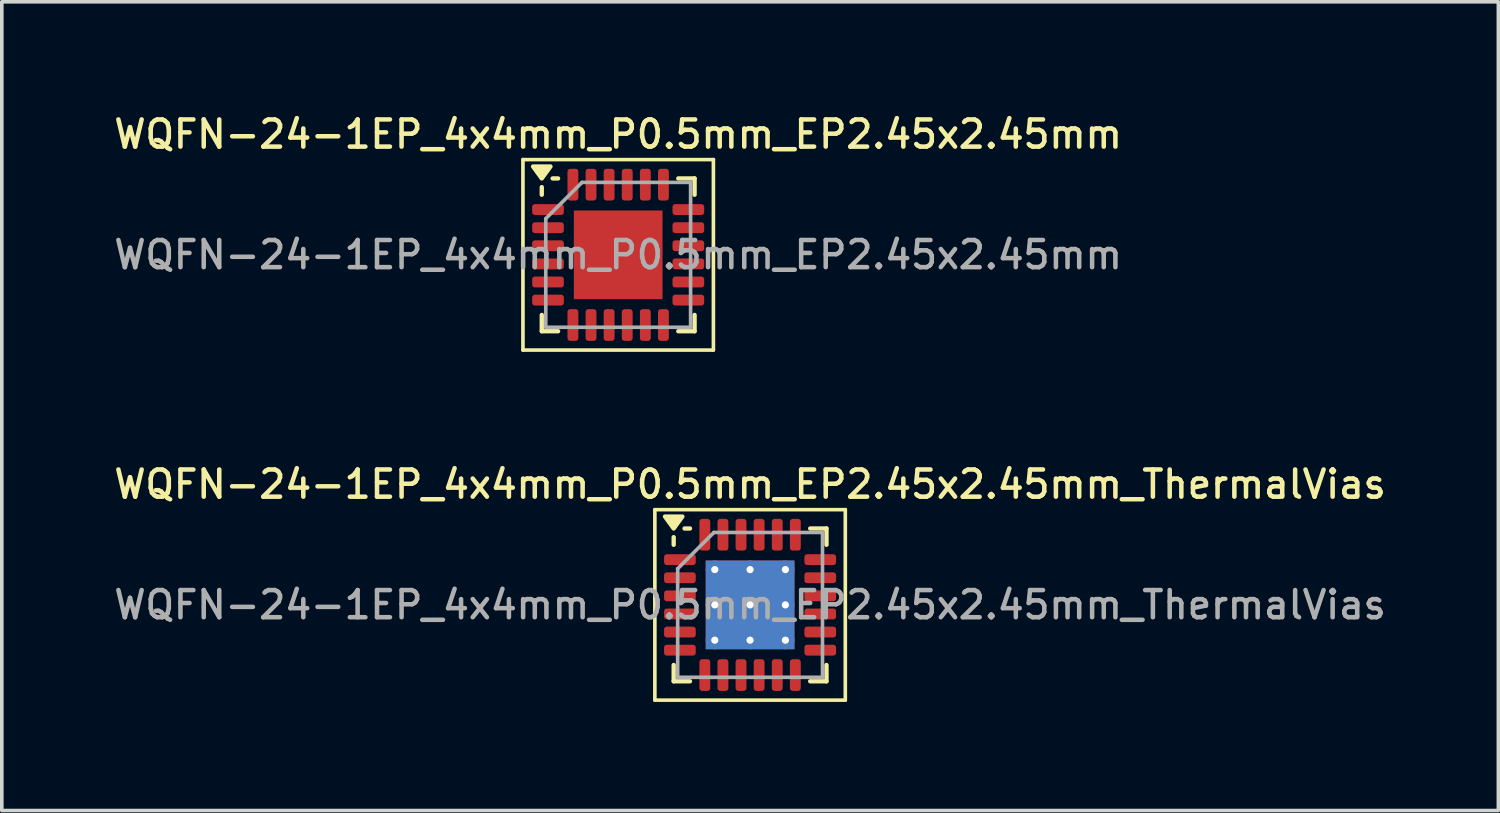
<source format=kicad_pcb>
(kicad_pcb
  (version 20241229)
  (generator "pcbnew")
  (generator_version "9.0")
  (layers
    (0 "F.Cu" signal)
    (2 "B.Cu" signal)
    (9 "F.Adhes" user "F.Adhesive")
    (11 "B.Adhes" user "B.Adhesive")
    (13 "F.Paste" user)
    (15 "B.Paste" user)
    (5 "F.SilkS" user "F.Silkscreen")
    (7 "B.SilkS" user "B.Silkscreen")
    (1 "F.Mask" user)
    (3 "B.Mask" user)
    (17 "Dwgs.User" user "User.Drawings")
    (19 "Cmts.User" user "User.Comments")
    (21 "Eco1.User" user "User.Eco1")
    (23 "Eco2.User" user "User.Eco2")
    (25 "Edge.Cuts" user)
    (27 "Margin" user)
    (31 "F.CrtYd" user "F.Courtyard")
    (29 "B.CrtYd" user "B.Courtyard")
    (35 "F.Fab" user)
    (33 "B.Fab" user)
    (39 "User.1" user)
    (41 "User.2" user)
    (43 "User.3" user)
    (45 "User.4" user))
  (footprint "WQFN-24-1EP_4x4mm_P0.5mm_EP2.45x2.45mm"
    (layer "F.Cu")
    (at 14.023 3.988)
    (property "Reference" "WQFN-24-1EP_4x4mm_P0.5mm_EP2.45x2.45mm" (at 0 -3.33 0) (layer "F.SilkS") (effects (font (size 0.75 0.75) (thickness 0.125))))
    (attr smd)
    (fp_line (start -2.63 -2.63) (end -2.63 2.63) (stroke (width 0.1) (type solid)) (layer "F.SilkS"))
    (fp_line (start -2.63 2.63) (end 2.63 2.63) (stroke (width 0.1) (type solid)) (layer "F.SilkS"))
    (fp_line (start -2.11 -1.66) (end -2.11 -1.87) (stroke (width 0.12) (type solid)) (layer "F.SilkS"))
    (fp_line (start -2.11 2.11) (end -2.11 1.66) (stroke (width 0.12) (type solid)) (layer "F.SilkS"))
    (fp_line (start -1.66 -2.11) (end -1.81 -2.11) (stroke (width 0.12) (type solid)) (layer "F.SilkS"))
    (fp_line (start -1.66 2.11) (end -2.11 2.11) (stroke (width 0.12) (type solid)) (layer "F.SilkS"))
    (fp_line (start 1.66 -2.11) (end 2.11 -2.11) (stroke (width 0.12) (type solid)) (layer "F.SilkS"))
    (fp_line (start 1.66 2.11) (end 2.11 2.11) (stroke (width 0.12) (type solid)) (layer "F.SilkS"))
    (fp_line (start 2.11 -2.11) (end 2.11 -1.66) (stroke (width 0.12) (type solid)) (layer "F.SilkS"))
    (fp_line (start 2.11 2.11) (end 2.11 1.66) (stroke (width 0.12) (type solid)) (layer "F.SilkS"))
    (fp_line (start 2.63 -2.63) (end -2.63 -2.63) (stroke (width 0.1) (type solid)) (layer "F.SilkS"))
    (fp_line (start 2.63 2.63) (end 2.63 -2.63) (stroke (width 0.1) (type solid)) (layer "F.SilkS"))
    (fp_poly (pts (xy -2.11 -2.11) (xy -2.35 -2.44) (xy -1.87 -2.44) (xy -2.11 -2.11)) (stroke (width 0.12) (type solid)) (fill yes) (layer "F.SilkS"))
    (fp_line (start -2 -1) (end -1 -2) (stroke (width 0.1) (type solid)) (layer "F.Fab"))
    (fp_line (start -2 2) (end -2 -1) (stroke (width 0.1) (type solid)) (layer "F.Fab"))
    (fp_line (start -1 -2) (end 2 -2) (stroke (width 0.1) (type solid)) (layer "F.Fab"))
    (fp_line (start 2 -2) (end 2 2) (stroke (width 0.1) (type solid)) (layer "F.Fab"))
    (fp_line (start 2 2) (end -2 2) (stroke (width 0.1) (type solid)) (layer "F.Fab"))
    (fp_text user "${REFERENCE}" (at 0 0 0) (layer "F.Fab") (effects (font (size 0.75 0.75) (thickness 0.125))))
    (pad "" smd roundrect (at -0.61 -0.61) (size 0.99 0.99) (layers "F.Paste") (roundrect_rratio 0.25))
    (pad "" smd roundrect (at -0.61 0.61) (size 0.99 0.99) (layers "F.Paste") (roundrect_rratio 0.25))
    (pad "" smd roundrect (at 0.61 -0.61) (size 0.99 0.99) (layers "F.Paste") (roundrect_rratio 0.25))
    (pad "" smd roundrect (at 0.61 0.61) (size 0.99 0.99) (layers "F.Paste") (roundrect_rratio 0.25))
    (pad "1" smd roundrect (at -1.938 -1.25) (size 0.875 0.3) (layers "F.Cu" "F.Mask" "F.Paste") (roundrect_rratio 0.25))
    (pad "2" smd roundrect (at -1.938 -0.75) (size 0.875 0.3) (layers "F.Cu" "F.Mask" "F.Paste") (roundrect_rratio 0.25))
    (pad "3" smd roundrect (at -1.938 -0.25) (size 0.875 0.3) (layers "F.Cu" "F.Mask" "F.Paste") (roundrect_rratio 0.25))
    (pad "4" smd roundrect (at -1.938 0.25) (size 0.875 0.3) (layers "F.Cu" "F.Mask" "F.Paste") (roundrect_rratio 0.25))
    (pad "5" smd roundrect (at -1.938 0.75) (size 0.875 0.3) (layers "F.Cu" "F.Mask" "F.Paste") (roundrect_rratio 0.25))
    (pad "6" smd roundrect (at -1.938 1.25) (size 0.875 0.3) (layers "F.Cu" "F.Mask" "F.Paste") (roundrect_rratio 0.25))
    (pad "7" smd roundrect (at -1.25 1.938) (size 0.3 0.875) (layers "F.Cu" "F.Mask" "F.Paste") (roundrect_rratio 0.25))
    (pad "8" smd roundrect (at -0.75 1.938) (size 0.3 0.875) (layers "F.Cu" "F.Mask" "F.Paste") (roundrect_rratio 0.25))
    (pad "9" smd roundrect (at -0.25 1.938) (size 0.3 0.875) (layers "F.Cu" "F.Mask" "F.Paste") (roundrect_rratio 0.25))
    (pad "10" smd roundrect (at 0.25 1.938) (size 0.3 0.875) (layers "F.Cu" "F.Mask" "F.Paste") (roundrect_rratio 0.25))
    (pad "11" smd roundrect (at 0.75 1.938) (size 0.3 0.875) (layers "F.Cu" "F.Mask" "F.Paste") (roundrect_rratio 0.25))
    (pad "12" smd roundrect (at 1.25 1.938) (size 0.3 0.875) (layers "F.Cu" "F.Mask" "F.Paste") (roundrect_rratio 0.25))
    (pad "13" smd roundrect (at 1.938 1.25) (size 0.875 0.3) (layers "F.Cu" "F.Mask" "F.Paste") (roundrect_rratio 0.25))
    (pad "14" smd roundrect (at 1.938 0.75) (size 0.875 0.3) (layers "F.Cu" "F.Mask" "F.Paste") (roundrect_rratio 0.25))
    (pad "15" smd roundrect (at 1.938 0.25) (size 0.875 0.3) (layers "F.Cu" "F.Mask" "F.Paste") (roundrect_rratio 0.25))
    (pad "16" smd roundrect (at 1.938 -0.25) (size 0.875 0.3) (layers "F.Cu" "F.Mask" "F.Paste") (roundrect_rratio 0.25))
    (pad "17" smd roundrect (at 1.938 -0.75) (size 0.875 0.3) (layers "F.Cu" "F.Mask" "F.Paste") (roundrect_rratio 0.25))
    (pad "18" smd roundrect (at 1.938 -1.25) (size 0.875 0.3) (layers "F.Cu" "F.Mask" "F.Paste") (roundrect_rratio 0.25))
    (pad "19" smd roundrect (at 1.25 -1.938) (size 0.3 0.875) (layers "F.Cu" "F.Mask" "F.Paste") (roundrect_rratio 0.25))
    (pad "20" smd roundrect (at 0.75 -1.938) (size 0.3 0.875) (layers "F.Cu" "F.Mask" "F.Paste") (roundrect_rratio 0.25))
    (pad "21" smd roundrect (at 0.25 -1.938) (size 0.3 0.875) (layers "F.Cu" "F.Mask" "F.Paste") (roundrect_rratio 0.25))
    (pad "22" smd roundrect (at -0.25 -1.938) (size 0.3 0.875) (layers "F.Cu" "F.Mask" "F.Paste") (roundrect_rratio 0.25))
    (pad "23" smd roundrect (at -0.75 -1.938) (size 0.3 0.875) (layers "F.Cu" "F.Mask" "F.Paste") (roundrect_rratio 0.25))
    (pad "24" smd roundrect (at -1.25 -1.938) (size 0.3 0.875) (layers "F.Cu" "F.Mask" "F.Paste") (roundrect_rratio 0.25))
    (pad "25" smd rect (at 0 0) (size 2.45 2.45) (property pad_prop_heatsink) (layers "F.Cu" "F.Mask")))
  (footprint "WQFN-24-1EP_4x4mm_P0.5mm_EP2.45x2.45mm_ThermalVias"
    (layer "F.Cu")
    (at 17.666 13.656)
    (property "Reference" "WQFN-24-1EP_4x4mm_P0.5mm_EP2.45x2.45mm_ThermalVias" (at 0 -3.33 0) (layer "F.SilkS") (effects (font (size 0.75 0.75) (thickness 0.125))))
    (attr smd)
    (fp_line (start -2.63 -2.63) (end -2.63 2.63) (stroke (width 0.1) (type solid)) (layer "F.SilkS"))
    (fp_line (start -2.63 2.63) (end 2.63 2.63) (stroke (width 0.1) (type solid)) (layer "F.SilkS"))
    (fp_line (start -2.11 -1.66) (end -2.11 -1.87) (stroke (width 0.12) (type solid)) (layer "F.SilkS"))
    (fp_line (start -2.11 2.11) (end -2.11 1.66) (stroke (width 0.12) (type solid)) (layer "F.SilkS"))
    (fp_line (start -1.66 -2.11) (end -1.81 -2.11) (stroke (width 0.12) (type solid)) (layer "F.SilkS"))
    (fp_line (start -1.66 2.11) (end -2.11 2.11) (stroke (width 0.12) (type solid)) (layer "F.SilkS"))
    (fp_line (start 1.66 -2.11) (end 2.11 -2.11) (stroke (width 0.12) (type solid)) (layer "F.SilkS"))
    (fp_line (start 1.66 2.11) (end 2.11 2.11) (stroke (width 0.12) (type solid)) (layer "F.SilkS"))
    (fp_line (start 2.11 -2.11) (end 2.11 -1.66) (stroke (width 0.12) (type solid)) (layer "F.SilkS"))
    (fp_line (start 2.11 2.11) (end 2.11 1.66) (stroke (width 0.12) (type solid)) (layer "F.SilkS"))
    (fp_line (start 2.63 -2.63) (end -2.63 -2.63) (stroke (width 0.1) (type solid)) (layer "F.SilkS"))
    (fp_line (start 2.63 2.63) (end 2.63 -2.63) (stroke (width 0.1) (type solid)) (layer "F.SilkS"))
    (fp_poly (pts (xy -2.11 -2.11) (xy -2.35 -2.44) (xy -1.87 -2.44) (xy -2.11 -2.11)) (stroke (width 0.12) (type solid)) (fill yes) (layer "F.SilkS"))
    (fp_line (start -2 -1) (end -1 -2) (stroke (width 0.1) (type solid)) (layer "F.Fab"))
    (fp_line (start -2 2) (end -2 -1) (stroke (width 0.1) (type solid)) (layer "F.Fab"))
    (fp_line (start -1 -2) (end 2 -2) (stroke (width 0.1) (type solid)) (layer "F.Fab"))
    (fp_line (start 2 -2) (end 2 2) (stroke (width 0.1) (type solid)) (layer "F.Fab"))
    (fp_line (start 2 2) (end -2 2) (stroke (width 0.1) (type solid)) (layer "F.Fab"))
    (fp_text user "${REFERENCE}" (at 0 0 0) (layer "F.Fab") (effects (font (size 0.75 0.75) (thickness 0.125))))
    (pad "" smd roundrect (at -0.61 -0.61) (size 1.06 1.06) (layers "F.Paste") (roundrect_rratio 0.236))
    (pad "" smd roundrect (at -0.61 0.61) (size 1.06 1.06) (layers "F.Paste") (roundrect_rratio 0.236))
    (pad "" smd roundrect (at 0.61 -0.61) (size 1.06 1.06) (layers "F.Paste") (roundrect_rratio 0.236))
    (pad "" smd roundrect (at 0.61 0.61) (size 1.06 1.06) (layers "F.Paste") (roundrect_rratio 0.236))
    (pad "1" smd roundrect (at -1.938 -1.25) (size 0.875 0.3) (layers "F.Cu" "F.Mask" "F.Paste") (roundrect_rratio 0.25))
    (pad "2" smd roundrect (at -1.938 -0.75) (size 0.875 0.3) (layers "F.Cu" "F.Mask" "F.Paste") (roundrect_rratio 0.25))
    (pad "3" smd roundrect (at -1.938 -0.25) (size 0.875 0.3) (layers "F.Cu" "F.Mask" "F.Paste") (roundrect_rratio 0.25))
    (pad "4" smd roundrect (at -1.938 0.25) (size 0.875 0.3) (layers "F.Cu" "F.Mask" "F.Paste") (roundrect_rratio 0.25))
    (pad "5" smd roundrect (at -1.938 0.75) (size 0.875 0.3) (layers "F.Cu" "F.Mask" "F.Paste") (roundrect_rratio 0.25))
    (pad "6" smd roundrect (at -1.938 1.25) (size 0.875 0.3) (layers "F.Cu" "F.Mask" "F.Paste") (roundrect_rratio 0.25))
    (pad "7" smd roundrect (at -1.25 1.938) (size 0.3 0.875) (layers "F.Cu" "F.Mask" "F.Paste") (roundrect_rratio 0.25))
    (pad "8" smd roundrect (at -0.75 1.938) (size 0.3 0.875) (layers "F.Cu" "F.Mask" "F.Paste") (roundrect_rratio 0.25))
    (pad "9" smd roundrect (at -0.25 1.938) (size 0.3 0.875) (layers "F.Cu" "F.Mask" "F.Paste") (roundrect_rratio 0.25))
    (pad "10" smd roundrect (at 0.25 1.938) (size 0.3 0.875) (layers "F.Cu" "F.Mask" "F.Paste") (roundrect_rratio 0.25))
    (pad "11" smd roundrect (at 0.75 1.938) (size 0.3 0.875) (layers "F.Cu" "F.Mask" "F.Paste") (roundrect_rratio 0.25))
    (pad "12" smd roundrect (at 1.25 1.938) (size 0.3 0.875) (layers "F.Cu" "F.Mask" "F.Paste") (roundrect_rratio 0.25))
    (pad "13" smd roundrect (at 1.938 1.25) (size 0.875 0.3) (layers "F.Cu" "F.Mask" "F.Paste") (roundrect_rratio 0.25))
    (pad "14" smd roundrect (at 1.938 0.75) (size 0.875 0.3) (layers "F.Cu" "F.Mask" "F.Paste") (roundrect_rratio 0.25))
    (pad "15" smd roundrect (at 1.938 0.25) (size 0.875 0.3) (layers "F.Cu" "F.Mask" "F.Paste") (roundrect_rratio 0.25))
    (pad "16" smd roundrect (at 1.938 -0.25) (size 0.875 0.3) (layers "F.Cu" "F.Mask" "F.Paste") (roundrect_rratio 0.25))
    (pad "17" smd roundrect (at 1.938 -0.75) (size 0.875 0.3) (layers "F.Cu" "F.Mask" "F.Paste") (roundrect_rratio 0.25))
    (pad "18" smd roundrect (at 1.938 -1.25) (size 0.875 0.3) (layers "F.Cu" "F.Mask" "F.Paste") (roundrect_rratio 0.25))
    (pad "19" smd roundrect (at 1.25 -1.938) (size 0.3 0.875) (layers "F.Cu" "F.Mask" "F.Paste") (roundrect_rratio 0.25))
    (pad "20" smd roundrect (at 0.75 -1.938) (size 0.3 0.875) (layers "F.Cu" "F.Mask" "F.Paste") (roundrect_rratio 0.25))
    (pad "21" smd roundrect (at 0.25 -1.938) (size 0.3 0.875) (layers "F.Cu" "F.Mask" "F.Paste") (roundrect_rratio 0.25))
    (pad "22" smd roundrect (at -0.25 -1.938) (size 0.3 0.875) (layers "F.Cu" "F.Mask" "F.Paste") (roundrect_rratio 0.25))
    (pad "23" smd roundrect (at -0.75 -1.938) (size 0.3 0.875) (layers "F.Cu" "F.Mask" "F.Paste") (roundrect_rratio 0.25))
    (pad "24" smd roundrect (at -1.25 -1.938) (size 0.3 0.875) (layers "F.Cu" "F.Mask" "F.Paste") (roundrect_rratio 0.25))
    (pad "25" thru_hole circle (at -0.975 -0.975) (size 0.5 0.5) (drill 0.2) (property pad_prop_heatsink) (layers "*.Cu"))
    (pad "25" thru_hole circle (at -0.975 0) (size 0.5 0.5) (drill 0.2) (property pad_prop_heatsink) (layers "*.Cu"))
    (pad "25" thru_hole circle (at -0.975 0.975) (size 0.5 0.5) (drill 0.2) (property pad_prop_heatsink) (layers "*.Cu"))
    (pad "25" thru_hole circle (at 0 -0.975) (size 0.5 0.5) (drill 0.2) (property pad_prop_heatsink) (layers "*.Cu"))
    (pad "25" thru_hole circle (at 0 0) (size 0.5 0.5) (drill 0.2) (property pad_prop_heatsink) (layers "*.Cu"))
    (pad "25" smd rect (at 0 0) (size 2.45 2.45) (property pad_prop_heatsink) (layers "F.Cu" "F.Mask"))
    (pad "25" smd rect (at 0 0) (size 2.45 2.45) (property pad_prop_heatsink) (layers "B.Cu"))
    (pad "25" thru_hole circle (at 0 0.975) (size 0.5 0.5) (drill 0.2) (property pad_prop_heatsink) (layers "*.Cu"))
    (pad "25" thru_hole circle (at 0.975 -0.975) (size 0.5 0.5) (drill 0.2) (property pad_prop_heatsink) (layers "*.Cu"))
    (pad "25" thru_hole circle (at 0.975 0) (size 0.5 0.5) (drill 0.2) (property pad_prop_heatsink) (layers "*.Cu"))
    (pad "25" thru_hole circle (at 0.975 0.975) (size 0.5 0.5) (drill 0.2) (property pad_prop_heatsink) (layers "*.Cu")))
  (gr_rect
    (start -3 -3)
    (end 38.332 19.336)
    (stroke (width 0.1) (type default))
    (fill no)
    (layer "Edge.Cuts")))
</source>
